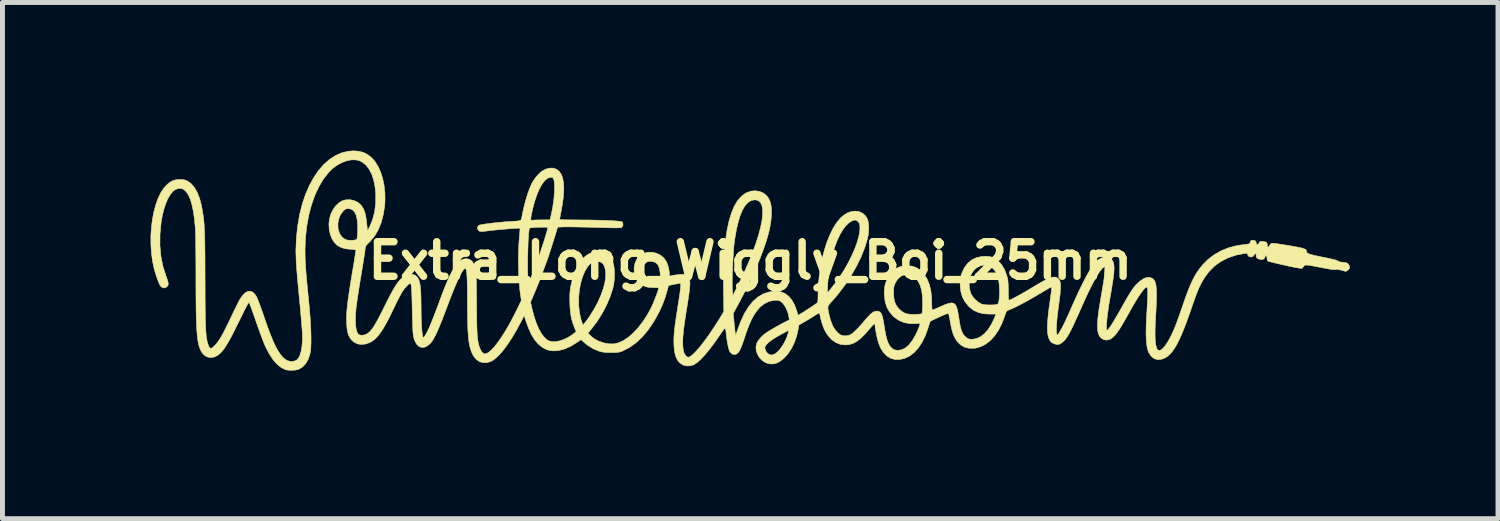
<source format=kicad_pcb>
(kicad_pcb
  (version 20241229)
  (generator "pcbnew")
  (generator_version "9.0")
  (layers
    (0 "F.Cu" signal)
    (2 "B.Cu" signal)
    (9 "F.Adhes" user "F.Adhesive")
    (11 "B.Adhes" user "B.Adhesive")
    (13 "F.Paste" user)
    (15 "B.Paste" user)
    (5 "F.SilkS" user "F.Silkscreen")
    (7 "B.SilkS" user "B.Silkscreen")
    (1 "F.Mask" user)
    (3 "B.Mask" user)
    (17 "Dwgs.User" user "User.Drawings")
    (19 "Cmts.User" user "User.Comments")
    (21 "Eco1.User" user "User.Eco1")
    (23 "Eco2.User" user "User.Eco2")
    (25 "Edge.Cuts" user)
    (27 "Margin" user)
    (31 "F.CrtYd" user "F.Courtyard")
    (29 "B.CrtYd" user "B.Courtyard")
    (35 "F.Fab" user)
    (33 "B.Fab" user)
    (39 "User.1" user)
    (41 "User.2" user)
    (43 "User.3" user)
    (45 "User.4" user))
  (footprint "Extra_Long_Wiggly_Boi_25mm"
    (layer "F.Cu")
    (at 12.145 2.229)
    (property "Reference" "Extra_Long_Wiggly_Boi_25mm" (at 0 0 180) (layer "F.SilkS") (effects (font (size 0.7 0.7) (thickness 0.15))))
    (attr through_hole)
    (fp_poly (pts (xy -7.928 -2.216) (xy -7.832 -2.191) (xy -7.745 -2.146) (xy -7.671 -2.087) (xy -7.599 -2.007) (xy -7.537 -1.907) (xy -7.485 -1.79) (xy -7.444 -1.659) (xy -7.415 -1.517) (xy -7.399 -1.37) (xy -7.397 -1.219) (xy -7.404 -1.117) (xy -7.432 -0.934) (xy -7.475 -0.771) (xy -7.533 -0.627) (xy -7.607 -0.5) (xy -7.698 -0.391) (xy -7.715 -0.374) (xy -7.753 -0.337) (xy -7.777 -0.309) (xy -7.79 -0.284) (xy -7.797 -0.254) (xy -7.802 -0.212) (xy -7.803 -0.209) (xy -7.807 -0.176) (xy -7.815 -0.121) (xy -7.826 -0.048) (xy -7.84 0.039) (xy -7.856 0.136) (xy -7.873 0.241) (xy -7.888 0.33) (xy -7.907 0.444) (xy -7.925 0.558) (xy -7.942 0.668) (xy -7.957 0.77) (xy -7.97 0.859) (xy -7.98 0.93) (xy -7.984 0.965) (xy -7.994 1.091) (xy -7.997 1.204) (xy -7.993 1.303) (xy -7.982 1.384) (xy -7.964 1.446) (xy -7.94 1.487) (xy -7.924 1.499) (xy -7.878 1.511) (xy -7.823 1.506) (xy -7.768 1.485) (xy -7.76 1.479) (xy -7.727 1.456) (xy -7.694 1.425) (xy -7.661 1.386) (xy -7.626 1.335) (xy -7.587 1.271) (xy -7.542 1.191) (xy -7.491 1.093) (xy -7.431 0.974) (xy -7.421 0.953) (xy -7.353 0.817) (xy -7.295 0.703) (xy -7.243 0.608) (xy -7.197 0.53) (xy -7.156 0.466) (xy -7.117 0.415) (xy -7.08 0.374) (xy -7.042 0.342) (xy -7.003 0.315) (xy -6.975 0.3) (xy -6.926 0.283) (xy -6.869 0.278) (xy -6.817 0.284) (xy -6.793 0.293) (xy -6.761 0.315) (xy -6.735 0.345) (xy -6.713 0.386) (xy -6.697 0.44) (xy -6.684 0.509) (xy -6.676 0.595) (xy -6.67 0.701) (xy -6.668 0.829) (xy -6.667 0.904) (xy -6.666 1.028) (xy -6.664 1.145) (xy -6.66 1.253) (xy -6.655 1.348) (xy -6.649 1.428) (xy -6.642 1.49) (xy -6.634 1.53) (xy -6.632 1.536) (xy -6.621 1.566) (xy -6.595 1.529) (xy -6.575 1.499) (xy -6.554 1.463) (xy -6.532 1.419) (xy -6.507 1.367) (xy -6.48 1.302) (xy -6.448 1.225) (xy -6.411 1.131) (xy -6.368 1.02) (xy -6.319 0.889) (xy -6.262 0.736) (xy -6.26 0.73) (xy -6.206 0.587) (xy -6.152 0.455) (xy -6.1 0.337) (xy -6.05 0.235) (xy -6.005 0.151) (xy -5.965 0.088) (xy -5.945 0.062) (xy -5.885 0.007) (xy -5.823 -0.028) (xy -5.76 -0.041) (xy -5.701 -0.032) (xy -5.664 -0.012) (xy -5.634 0.013) (xy -5.612 0.045) (xy -5.593 0.089) (xy -5.576 0.15) (xy -5.568 0.185) (xy -5.562 0.212) (xy -5.558 0.242) (xy -5.554 0.277) (xy -5.551 0.321) (xy -5.549 0.375) (xy -5.547 0.441) (xy -5.546 0.524) (xy -5.545 0.624) (xy -5.544 0.746) (xy -5.543 0.87) (xy -5.542 1.029) (xy -5.541 1.165) (xy -5.539 1.28) (xy -5.536 1.378) (xy -5.532 1.46) (xy -5.528 1.529) (xy -5.522 1.587) (xy -5.514 1.637) (xy -5.505 1.682) (xy -5.495 1.724) (xy -5.492 1.733) (xy -5.469 1.793) (xy -5.441 1.843) (xy -5.41 1.876) (xy -5.389 1.887) (xy -5.35 1.885) (xy -5.303 1.86) (xy -5.248 1.814) (xy -5.186 1.749) (xy -5.12 1.665) (xy -5.049 1.564) (xy -4.974 1.448) (xy -4.897 1.317) (xy -4.819 1.174) (xy -4.74 1.019) (xy -4.732 1.003) (xy -4.637 0.806) (xy -4.654 0.693) (xy -4.67 0.569) (xy -4.682 0.425) (xy -4.691 0.268) (xy -4.695 0.102) (xy -4.695 0.051) (xy -4.51 0.051) (xy -4.509 0.149) (xy -4.508 0.238) (xy -4.506 0.316) (xy -4.502 0.378) (xy -4.501 0.385) (xy -4.492 0.473) (xy -4.437 0.335) (xy -4.412 0.274) (xy -4.383 0.197) (xy -4.351 0.111) (xy -4.32 0.026) (xy -4.306 -0.014) (xy -4.278 -0.094) (xy -4.248 -0.181) (xy -4.219 -0.27) (xy -4.19 -0.358) (xy -4.164 -0.441) (xy -4.141 -0.517) (xy -4.122 -0.58) (xy -4.109 -0.628) (xy -4.103 -0.656) (xy -4.102 -0.661) (xy -4.105 -0.669) (xy -4.114 -0.674) (xy -4.135 -0.677) (xy -4.171 -0.678) (xy -4.225 -0.677) (xy -4.283 -0.676) (xy -4.348 -0.673) (xy -4.404 -0.669) (xy -4.446 -0.665) (xy -4.469 -0.66) (xy -4.471 -0.658) (xy -4.478 -0.636) (xy -4.484 -0.591) (xy -4.49 -0.528) (xy -4.495 -0.45) (xy -4.5 -0.36) (xy -4.503 -0.261) (xy -4.506 -0.158) (xy -4.508 -0.052) (xy -4.51 0.051) (xy -4.695 0.051) (xy -4.696 -0.066) (xy -4.692 -0.231) (xy -4.684 -0.387) (xy -4.673 -0.519) (xy -4.668 -0.574) (xy -4.665 -0.619) (xy -4.664 -0.648) (xy -4.665 -0.656) (xy -4.68 -0.658) (xy -4.715 -0.656) (xy -4.768 -0.653) (xy -4.835 -0.649) (xy -4.91 -0.643) (xy -4.991 -0.636) (xy -5.074 -0.629) (xy -5.154 -0.621) (xy -5.227 -0.614) (xy -5.29 -0.607) (xy -5.326 -0.602) (xy -5.387 -0.594) (xy -5.43 -0.59) (xy -5.457 -0.59) (xy -5.477 -0.594) (xy -5.492 -0.602) (xy -5.494 -0.603) (xy -5.519 -0.632) (xy -5.525 -0.668) (xy -5.512 -0.701) (xy -5.496 -0.716) (xy -5.474 -0.724) (xy -5.43 -0.732) (xy -5.369 -0.742) (xy -5.294 -0.752) (xy -5.21 -0.763) (xy -5.119 -0.772) (xy -5.027 -0.781) (xy -4.936 -0.789) (xy -4.864 -0.793) (xy -4.784 -0.798) (xy -4.725 -0.802) (xy -4.684 -0.808) (xy -4.658 -0.816) (xy -4.642 -0.829) (xy -4.635 -0.844) (xy -4.444 -0.844) (xy -4.441 -0.822) (xy -4.431 -0.816) (xy -4.425 -0.818) (xy -4.405 -0.821) (xy -4.366 -0.823) (xy -4.311 -0.825) (xy -4.247 -0.825) (xy -4.23 -0.826) (xy -4.056 -0.826) (xy -4.04 -0.892) (xy -4.001 -1.082) (xy -3.976 -1.259) (xy -3.966 -1.403) (xy -3.965 -1.5) (xy -3.967 -1.574) (xy -3.975 -1.627) (xy -3.988 -1.662) (xy -4.007 -1.682) (xy -4.024 -1.687) (xy -4.076 -1.682) (xy -4.128 -1.653) (xy -4.18 -1.601) (xy -4.231 -1.528) (xy -4.28 -1.434) (xy -4.326 -1.323) (xy -4.369 -1.194) (xy -4.407 -1.049) (xy -4.413 -1.022) (xy -4.431 -0.941) (xy -4.441 -0.883) (xy -4.444 -0.844) (xy -4.635 -0.844) (xy -4.633 -0.848) (xy -4.628 -0.874) (xy -4.623 -0.899) (xy -4.601 -1.013) (xy -4.573 -1.132) (xy -4.54 -1.251) (xy -4.505 -1.363) (xy -4.469 -1.463) (xy -4.434 -1.545) (xy -4.426 -1.563) (xy -4.383 -1.634) (xy -4.332 -1.703) (xy -4.278 -1.763) (xy -4.227 -1.807) (xy -4.226 -1.808) (xy -4.144 -1.853) (xy -4.065 -1.875) (xy -3.991 -1.874) (xy -3.925 -1.852) (xy -3.869 -1.808) (xy -3.831 -1.754) (xy -3.8 -1.675) (xy -3.782 -1.576) (xy -3.776 -1.457) (xy -3.783 -1.317) (xy -3.803 -1.156) (xy -3.83 -1.003) (xy -3.842 -0.943) (xy -3.851 -0.891) (xy -3.858 -0.854) (xy -3.861 -0.836) (xy -3.861 -0.835) (xy -3.849 -0.833) (xy -3.814 -0.83) (xy -3.761 -0.828) (xy -3.692 -0.827) (xy -3.611 -0.826) (xy -3.521 -0.825) (xy -3.515 -0.825) (xy -3.373 -0.824) (xy -3.236 -0.823) (xy -3.106 -0.82) (xy -2.986 -0.817) (xy -2.878 -0.813) (xy -2.783 -0.808) (xy -2.706 -0.803) (xy -2.647 -0.797) (xy -2.61 -0.792) (xy -2.597 -0.787) (xy -2.581 -0.76) (xy -2.578 -0.724) (xy -2.588 -0.69) (xy -2.605 -0.672) (xy -2.619 -0.668) (xy -2.646 -0.666) (xy -2.688 -0.664) (xy -2.747 -0.664) (xy -2.824 -0.665) (xy -2.922 -0.667) (xy -3.042 -0.67) (xy -3.123 -0.673) (xy -3.239 -0.676) (xy -3.353 -0.679) (xy -3.462 -0.681) (xy -3.56 -0.683) (xy -3.645 -0.684) (xy -3.713 -0.684) (xy -3.758 -0.684) (xy -3.902 -0.679) (xy -3.939 -0.552) (xy -4.089 -0.079) (xy -4.261 0.386) (xy -4.356 0.621) (xy -4.45 0.84) (xy -4.421 0.968) (xy -4.381 1.123) (xy -4.335 1.261) (xy -4.284 1.38) (xy -4.228 1.479) (xy -4.169 1.556) (xy -4.107 1.609) (xy -4.086 1.621) (xy -4.025 1.639) (xy -3.951 1.641) (xy -3.868 1.626) (xy -3.779 1.597) (xy -3.69 1.554) (xy -3.604 1.499) (xy -3.564 1.468) (xy -3.528 1.438) (xy -3.562 1.353) (xy -3.594 1.265) (xy -3.619 1.183) (xy -3.635 1.1) (xy -3.646 1.009) (xy -3.653 0.902) (xy -3.654 0.868) (xy -3.656 0.772) (xy -3.656 0.758) (xy -3.476 0.758) (xy -3.475 0.905) (xy -3.46 1.047) (xy -3.431 1.181) (xy -3.404 1.264) (xy -3.389 1.302) (xy -3.35 1.257) (xy -3.327 1.228) (xy -3.294 1.184) (xy -3.258 1.132) (xy -3.236 1.099) (xy -3.154 0.966) (xy -3.083 0.831) (xy -3.024 0.697) (xy -2.978 0.567) (xy -2.945 0.444) (xy -2.928 0.332) (xy -2.927 0.233) (xy -2.932 0.194) (xy -2.953 0.118) (xy -2.982 0.064) (xy -3.023 0.031) (xy -3.079 0.015) (xy -3.114 0.013) (xy -3.178 0.024) (xy -3.236 0.058) (xy -3.29 0.116) (xy -3.291 0.117) (xy -3.351 0.218) (xy -3.401 0.337) (xy -3.438 0.469) (xy -3.463 0.611) (xy -3.476 0.758) (xy -3.656 0.758) (xy -3.655 0.694) (xy -3.651 0.626) (xy -3.644 0.562) (xy -3.639 0.535) (xy -3.604 0.374) (xy -3.556 0.229) (xy -3.495 0.102) (xy -3.423 -0.005) (xy -3.394 -0.039) (xy -3.328 -0.101) (xy -3.263 -0.142) (xy -3.193 -0.164) (xy -3.118 -0.169) (xy -3.019 -0.158) (xy -2.933 -0.125) (xy -2.861 -0.071) (xy -2.805 0.001) (xy -2.775 0.065) (xy -2.76 0.127) (xy -2.751 0.206) (xy -2.749 0.296) (xy -2.754 0.39) (xy -2.766 0.481) (xy -2.779 0.544) (xy -2.835 0.72) (xy -2.91 0.898) (xy -3.002 1.074) (xy -3.107 1.239) (xy -3.218 1.384) (xy -3.288 1.467) (xy -3.235 1.521) (xy -3.161 1.581) (xy -3.07 1.63) (xy -2.969 1.665) (xy -2.865 1.684) (xy -2.765 1.685) (xy -2.757 1.684) (xy -2.663 1.662) (xy -2.566 1.616) (xy -2.468 1.55) (xy -2.369 1.464) (xy -2.272 1.36) (xy -2.179 1.241) (xy -2.092 1.108) (xy -2.012 0.962) (xy -1.994 0.925) (xy -1.972 0.876) (xy -1.948 0.818) (xy -1.923 0.755) (xy -1.899 0.692) (xy -1.878 0.635) (xy -1.863 0.588) (xy -1.855 0.558) (xy -1.854 0.551) (xy -1.866 0.549) (xy -1.897 0.547) (xy -1.943 0.546) (xy -1.967 0.546) (xy -2.055 0.541) (xy -2.125 0.526) (xy -2.186 0.497) (xy -2.24 0.456) (xy -2.295 0.393) (xy -2.332 0.317) (xy -2.351 0.233) (xy -2.352 0.187) (xy -2.17 0.187) (xy -2.157 0.247) (xy -2.126 0.3) (xy -2.084 0.339) (xy -2.03 0.362) (xy -1.958 0.368) (xy -1.878 0.36) (xy -1.847 0.351) (xy -1.829 0.332) (xy -1.822 0.299) (xy -1.825 0.248) (xy -1.831 0.211) (xy -1.847 0.139) (xy -1.87 0.087) (xy -1.904 0.05) (xy -1.921 0.038) (xy -1.967 0.02) (xy -2.021 0.013) (xy -2.072 0.018) (xy -2.105 0.033) (xy -2.145 0.074) (xy -2.166 0.128) (xy -2.17 0.187) (xy -2.352 0.187) (xy -2.353 0.147) (xy -2.338 0.062) (xy -2.306 -0.016) (xy -2.258 -0.082) (xy -2.221 -0.114) (xy -2.146 -0.153) (xy -2.063 -0.172) (xy -1.978 -0.17) (xy -1.895 -0.149) (xy -1.818 -0.111) (xy -1.751 -0.055) (xy -1.701 0.016) (xy -1.699 0.019) (xy -1.672 0.085) (xy -1.651 0.162) (xy -1.64 0.237) (xy -1.639 0.262) (xy -1.638 0.314) (xy -1.557 0.297) (xy -1.472 0.283) (xy -1.396 0.277) (xy -1.333 0.28) (xy -1.288 0.291) (xy -1.279 0.296) (xy -1.257 0.314) (xy -1.241 0.337) (xy -1.23 0.369) (xy -1.224 0.411) (xy -1.222 0.466) (xy -1.226 0.534) (xy -1.235 0.62) (xy -1.249 0.724) (xy -1.268 0.849) (xy -1.289 0.978) (xy -1.316 1.15) (xy -1.338 1.299) (xy -1.353 1.427) (xy -1.364 1.538) (xy -1.368 1.632) (xy -1.367 1.712) (xy -1.361 1.781) (xy -1.35 1.84) (xy -1.346 1.854) (xy -1.328 1.896) (xy -1.3 1.931) (xy -1.271 1.952) (xy -1.256 1.956) (xy -1.223 1.945) (xy -1.179 1.914) (xy -1.125 1.863) (xy -1.063 1.796) (xy -0.994 1.713) (xy -0.92 1.616) (xy -0.841 1.507) (xy -0.759 1.387) (xy -0.675 1.258) (xy -0.634 1.193) (xy -0.536 1.033) (xy -0.543 0.615) (xy -0.543 0.444) (xy -0.366 0.444) (xy -0.365 0.523) (xy -0.363 0.578) (xy -0.353 0.705) (xy -0.258 0.517) (xy -0.218 0.434) (xy -0.173 0.341) (xy -0.129 0.247) (xy -0.091 0.164) (xy -0.084 0.148) (xy -0.014 -0.014) (xy 0.051 -0.178) (xy 0.109 -0.337) (xy 0.156 -0.483) (xy 0.17 -0.53) (xy 0.211 -0.686) (xy 0.238 -0.824) (xy 0.25 -0.942) (xy 0.249 -1.04) (xy 0.235 -1.119) (xy 0.206 -1.177) (xy 0.164 -1.215) (xy 0.108 -1.231) (xy 0.09 -1.232) (xy 0.022 -1.219) (xy -0.042 -1.182) (xy -0.1 -1.121) (xy -0.153 -1.035) (xy -0.201 -0.925) (xy -0.243 -0.79) (xy -0.28 -0.633) (xy -0.312 -0.451) (xy -0.323 -0.368) (xy -0.332 -0.294) (xy -0.339 -0.202) (xy -0.346 -0.097) (xy -0.353 0.014) (xy -0.358 0.129) (xy -0.362 0.242) (xy -0.365 0.349) (xy -0.366 0.444) (xy -0.543 0.444) (xy -0.544 0.316) (xy -0.537 0.042) (xy -0.522 -0.209) (xy -0.498 -0.435) (xy -0.467 -0.638) (xy -0.427 -0.818) (xy -0.379 -0.973) (xy -0.323 -1.105) (xy -0.258 -1.214) (xy -0.185 -1.299) (xy -0.104 -1.361) (xy -0.068 -1.38) (xy 0.019 -1.409) (xy 0.106 -1.415) (xy 0.19 -1.402) (xy 0.266 -1.369) (xy 0.329 -1.318) (xy 0.365 -1.271) (xy 0.396 -1.21) (xy 0.416 -1.146) (xy 0.427 -1.072) (xy 0.43 -0.983) (xy 0.428 -0.914) (xy 0.417 -0.798) (xy 0.397 -0.676) (xy 0.367 -0.544) (xy 0.325 -0.401) (xy 0.271 -0.242) (xy 0.205 -0.065) (xy 0.197 -0.044) (xy 0.068 0.26) (xy -0.08 0.571) (xy -0.212 0.824) (xy -0.345 1.069) (xy -0.324 1.287) (xy -0.316 1.359) (xy -0.31 1.421) (xy -0.304 1.469) (xy -0.3 1.5) (xy -0.298 1.509) (xy -0.293 1.5) (xy -0.282 1.471) (xy -0.267 1.429) (xy -0.26 1.407) (xy -0.192 1.226) (xy -0.118 1.068) (xy -0.036 0.935) (xy 0.054 0.825) (xy 0.151 0.739) (xy 0.256 0.676) (xy 0.369 0.636) (xy 0.491 0.619) (xy 0.514 0.618) (xy 0.611 0.628) (xy 0.698 0.662) (xy 0.775 0.718) (xy 0.842 0.798) (xy 0.898 0.9) (xy 0.94 1.013) (xy 0.968 1.105) (xy 1.027 1.071) (xy 1.061 1.051) (xy 1.108 1.021) (xy 1.163 0.985) (xy 1.221 0.948) (xy 1.274 0.912) (xy 1.318 0.882) (xy 1.347 0.861) (xy 1.349 0.859) (xy 1.359 0.848) (xy 1.366 0.828) (xy 1.37 0.797) (xy 1.371 0.748) (xy 1.372 0.703) (xy 1.373 0.654) (xy 1.56 0.654) (xy 1.593 0.616) (xy 1.614 0.591) (xy 1.646 0.551) (xy 1.684 0.502) (xy 1.719 0.457) (xy 1.812 0.326) (xy 1.901 0.187) (xy 1.983 0.042) (xy 2.055 -0.102) (xy 2.117 -0.243) (xy 2.166 -0.376) (xy 2.199 -0.498) (xy 2.209 -0.549) (xy 2.22 -0.637) (xy 2.22 -0.704) (xy 2.209 -0.754) (xy 2.185 -0.79) (xy 2.157 -0.812) (xy 2.134 -0.822) (xy 2.111 -0.822) (xy 2.079 -0.813) (xy 2.067 -0.808) (xy 2.002 -0.771) (xy 1.938 -0.71) (xy 1.876 -0.629) (xy 1.817 -0.529) (xy 1.762 -0.413) (xy 1.712 -0.283) (xy 1.668 -0.141) (xy 1.631 0.01) (xy 1.601 0.168) (xy 1.579 0.331) (xy 1.567 0.495) (xy 1.56 0.654) (xy 1.373 0.654) (xy 1.378 0.512) (xy 1.394 0.322) (xy 1.421 0.135) (xy 1.456 -0.045) (xy 1.501 -0.216) (xy 1.553 -0.377) (xy 1.612 -0.524) (xy 1.677 -0.655) (xy 1.747 -0.767) (xy 1.822 -0.859) (xy 1.887 -0.917) (xy 1.969 -0.968) (xy 2.053 -0.997) (xy 2.134 -1.004) (xy 2.211 -0.991) (xy 2.279 -0.957) (xy 2.336 -0.904) (xy 2.366 -0.857) (xy 2.386 -0.8) (xy 2.397 -0.725) (xy 2.399 -0.639) (xy 2.393 -0.547) (xy 2.377 -0.458) (xy 2.375 -0.45) (xy 2.318 -0.263) (xy 2.241 -0.069) (xy 2.144 0.127) (xy 2.031 0.323) (xy 1.904 0.513) (xy 1.764 0.695) (xy 1.665 0.81) (xy 1.623 0.856) (xy 1.596 0.889) (xy 1.58 0.913) (xy 1.574 0.934) (xy 1.573 0.956) (xy 1.573 0.968) (xy 1.582 1.03) (xy 1.598 1.105) (xy 1.62 1.185) (xy 1.645 1.26) (xy 1.67 1.321) (xy 1.674 1.328) (xy 1.713 1.392) (xy 1.76 1.448) (xy 1.809 1.49) (xy 1.846 1.511) (xy 1.91 1.523) (xy 1.979 1.517) (xy 2.029 1.5) (xy 2.075 1.469) (xy 2.133 1.416) (xy 2.205 1.341) (xy 2.289 1.245) (xy 2.327 1.2) (xy 2.391 1.127) (xy 2.446 1.074) (xy 2.493 1.04) (xy 2.535 1.023) (xy 2.575 1.021) (xy 2.589 1.024) (xy 2.616 1.034) (xy 2.638 1.051) (xy 2.657 1.078) (xy 2.672 1.119) (xy 2.686 1.176) (xy 2.701 1.254) (xy 2.711 1.315) (xy 2.73 1.433) (xy 2.75 1.528) (xy 2.77 1.604) (xy 2.792 1.665) (xy 2.817 1.713) (xy 2.827 1.729) (xy 2.871 1.779) (xy 2.923 1.807) (xy 2.987 1.816) (xy 2.993 1.816) (xy 3.07 1.804) (xy 3.144 1.766) (xy 3.215 1.704) (xy 3.282 1.617) (xy 3.346 1.507) (xy 3.353 1.492) (xy 3.38 1.435) (xy 3.403 1.381) (xy 3.421 1.338) (xy 3.427 1.317) (xy 3.44 1.268) (xy 3.349 1.276) (xy 3.228 1.276) (xy 3.113 1.253) (xy 3.007 1.208) (xy 2.914 1.143) (xy 2.89 1.12) (xy 2.816 1.033) (xy 2.764 0.937) (xy 2.731 0.83) (xy 2.716 0.708) (xy 2.715 0.66) (xy 2.715 0.638) (xy 2.902 0.638) (xy 2.902 0.654) (xy 2.908 0.753) (xy 2.924 0.833) (xy 2.954 0.901) (xy 2.999 0.963) (xy 3.017 0.982) (xy 3.072 1.029) (xy 3.128 1.062) (xy 3.193 1.081) (xy 3.272 1.088) (xy 3.337 1.088) (xy 3.392 1.085) (xy 3.438 1.082) (xy 3.468 1.077) (xy 3.477 1.074) (xy 3.48 1.059) (xy 3.484 1.023) (xy 3.487 0.971) (xy 3.49 0.909) (xy 3.49 0.891) (xy 3.488 0.741) (xy 3.472 0.612) (xy 3.443 0.505) (xy 3.4 0.418) (xy 3.344 0.351) (xy 3.274 0.305) (xy 3.27 0.303) (xy 3.197 0.282) (xy 3.125 0.285) (xy 3.059 0.311) (xy 2.999 0.359) (xy 2.949 0.429) (xy 2.931 0.464) (xy 2.917 0.499) (xy 2.908 0.535) (xy 2.904 0.578) (xy 2.902 0.638) (xy 2.715 0.638) (xy 2.717 0.586) (xy 2.722 0.529) (xy 2.732 0.479) (xy 2.743 0.445) (xy 2.79 0.335) (xy 2.852 0.246) (xy 2.926 0.177) (xy 3.012 0.129) (xy 3.109 0.104) (xy 3.17 0.1) (xy 3.274 0.11) (xy 3.364 0.14) (xy 3.443 0.192) (xy 3.514 0.267) (xy 3.523 0.279) (xy 3.583 0.375) (xy 3.627 0.482) (xy 3.656 0.603) (xy 3.672 0.741) (xy 3.675 0.836) (xy 3.676 0.905) (xy 3.678 0.952) (xy 3.681 0.981) (xy 3.686 0.996) (xy 3.693 0.999) (xy 3.696 0.999) (xy 3.714 0.991) (xy 3.751 0.976) (xy 3.8 0.954) (xy 3.856 0.929) (xy 3.856 0.929) (xy 3.946 0.89) (xy 4.018 0.865) (xy 4.074 0.855) (xy 4.118 0.862) (xy 4.151 0.888) (xy 4.176 0.933) (xy 4.196 1) (xy 4.213 1.09) (xy 4.223 1.153) (xy 4.24 1.261) (xy 4.257 1.347) (xy 4.277 1.415) (xy 4.3 1.468) (xy 4.327 1.51) (xy 4.361 1.545) (xy 4.378 1.559) (xy 4.411 1.58) (xy 4.443 1.59) (xy 4.487 1.592) (xy 4.496 1.592) (xy 4.582 1.577) (xy 4.665 1.539) (xy 4.744 1.477) (xy 4.817 1.393) (xy 4.883 1.289) (xy 4.933 1.185) (xy 4.977 1.082) (xy 4.847 1.082) (xy 4.725 1.075) (xy 4.619 1.05) (xy 4.527 1.008) (xy 4.445 0.945) (xy 4.412 0.912) (xy 4.343 0.825) (xy 4.294 0.732) (xy 4.265 0.63) (xy 4.251 0.513) (xy 4.251 0.483) (xy 4.433 0.483) (xy 4.442 0.574) (xy 4.464 0.657) (xy 4.47 0.67) (xy 4.506 0.731) (xy 4.557 0.79) (xy 4.617 0.84) (xy 4.678 0.876) (xy 4.697 0.882) (xy 4.736 0.89) (xy 4.791 0.895) (xy 4.853 0.897) (xy 4.915 0.896) (xy 4.967 0.891) (xy 5.004 0.884) (xy 5.006 0.883) (xy 5.023 0.863) (xy 5.035 0.818) (xy 5.043 0.75) (xy 5.047 0.658) (xy 5.047 0.591) (xy 5.039 0.46) (xy 5.018 0.348) (xy 4.985 0.255) (xy 4.939 0.182) (xy 4.881 0.13) (xy 4.819 0.101) (xy 4.738 0.091) (xy 4.661 0.105) (xy 4.59 0.14) (xy 4.528 0.195) (xy 4.478 0.268) (xy 4.458 0.313) (xy 4.438 0.392) (xy 4.433 0.483) (xy 4.251 0.483) (xy 4.251 0.464) (xy 4.252 0.397) (xy 4.257 0.346) (xy 4.267 0.301) (xy 4.283 0.252) (xy 4.285 0.248) (xy 4.338 0.139) (xy 4.405 0.051) (xy 4.485 -0.015) (xy 4.58 -0.061) (xy 4.688 -0.085) (xy 4.763 -0.089) (xy 4.82 -0.087) (xy 4.863 -0.08) (xy 4.904 -0.066) (xy 4.938 -0.05) (xy 5.019 0.004) (xy 5.088 0.078) (xy 5.146 0.173) (xy 5.191 0.29) (xy 5.203 0.33) (xy 5.213 0.376) (xy 5.22 0.428) (xy 5.224 0.494) (xy 5.226 0.577) (xy 5.226 0.606) (xy 5.227 0.692) (xy 5.229 0.752) (xy 5.234 0.788) (xy 5.24 0.8) (xy 5.24 0.8) (xy 5.261 0.794) (xy 5.3 0.776) (xy 5.354 0.748) (xy 5.42 0.713) (xy 5.495 0.671) (xy 5.575 0.625) (xy 5.658 0.576) (xy 5.696 0.553) (xy 5.811 0.484) (xy 5.907 0.429) (xy 5.986 0.387) (xy 6.051 0.357) (xy 6.105 0.339) (xy 6.148 0.331) (xy 6.183 0.334) (xy 6.212 0.345) (xy 6.222 0.351) (xy 6.245 0.371) (xy 6.262 0.395) (xy 6.275 0.427) (xy 6.282 0.469) (xy 6.284 0.523) (xy 6.281 0.592) (xy 6.274 0.679) (xy 6.261 0.785) (xy 6.244 0.914) (xy 6.242 0.927) (xy 6.223 1.07) (xy 6.21 1.196) (xy 6.202 1.302) (xy 6.199 1.388) (xy 6.201 1.451) (xy 6.209 1.491) (xy 6.209 1.492) (xy 6.217 1.505) (xy 6.226 1.502) (xy 6.242 1.481) (xy 6.25 1.467) (xy 6.278 1.421) (xy 6.304 1.375) (xy 6.331 1.325) (xy 6.36 1.268) (xy 6.392 1.199) (xy 6.43 1.117) (xy 6.475 1.017) (xy 6.509 0.94) (xy 6.592 0.753) (xy 6.668 0.589) (xy 6.738 0.447) (xy 6.801 0.324) (xy 6.86 0.221) (xy 6.915 0.135) (xy 6.966 0.066) (xy 7.016 0.012) (xy 7.064 -0.028) (xy 7.111 -0.055) (xy 7.158 -0.071) (xy 7.207 -0.076) (xy 7.212 -0.076) (xy 7.267 -0.064) (xy 7.314 -0.032) (xy 7.346 0.017) (xy 7.353 0.036) (xy 7.361 0.069) (xy 7.366 0.105) (xy 7.368 0.145) (xy 7.367 0.193) (xy 7.363 0.251) (xy 7.355 0.321) (xy 7.343 0.406) (xy 7.327 0.508) (xy 7.307 0.631) (xy 7.282 0.775) (xy 7.262 0.891) (xy 7.246 1.002) (xy 7.232 1.105) (xy 7.222 1.197) (xy 7.216 1.276) (xy 7.213 1.339) (xy 7.214 1.383) (xy 7.22 1.407) (xy 7.224 1.41) (xy 7.242 1.398) (xy 7.271 1.365) (xy 7.31 1.308) (xy 7.359 1.229) (xy 7.419 1.127) (xy 7.49 1.003) (xy 7.495 0.994) (xy 7.559 0.88) (xy 7.613 0.785) (xy 7.659 0.707) (xy 7.698 0.644) (xy 7.732 0.592) (xy 7.763 0.549) (xy 7.792 0.512) (xy 7.822 0.478) (xy 7.827 0.473) (xy 7.899 0.408) (xy 7.969 0.363) (xy 8.035 0.34) (xy 8.096 0.34) (xy 8.146 0.36) (xy 8.17 0.381) (xy 8.19 0.411) (xy 8.206 0.451) (xy 8.217 0.504) (xy 8.224 0.572) (xy 8.227 0.656) (xy 8.227 0.758) (xy 8.223 0.881) (xy 8.216 1.026) (xy 8.211 1.106) (xy 8.202 1.273) (xy 8.198 1.416) (xy 8.198 1.536) (xy 8.203 1.634) (xy 8.213 1.71) (xy 8.228 1.766) (xy 8.247 1.802) (xy 8.254 1.808) (xy 8.282 1.82) (xy 8.318 1.808) (xy 8.358 1.775) (xy 8.403 1.722) (xy 8.451 1.65) (xy 8.501 1.562) (xy 8.552 1.458) (xy 8.603 1.34) (xy 8.61 1.323) (xy 8.628 1.274) (xy 8.653 1.207) (xy 8.682 1.126) (xy 8.714 1.037) (xy 8.746 0.945) (xy 8.763 0.894) (xy 8.815 0.744) (xy 8.863 0.615) (xy 8.908 0.504) (xy 8.951 0.408) (xy 8.994 0.324) (xy 9.04 0.248) (xy 9.088 0.177) (xy 9.142 0.108) (xy 9.155 0.091) (xy 9.266 -0.022) (xy 9.394 -0.12) (xy 9.537 -0.201) (xy 9.692 -0.263) (xy 9.854 -0.305) (xy 9.944 -0.319) (xy 10.014 -0.327) (xy 10.063 -0.334) (xy 10.094 -0.339) (xy 10.112 -0.346) (xy 10.12 -0.354) (xy 10.122 -0.364) (xy 10.122 -0.367) (xy 10.132 -0.398) (xy 10.159 -0.414) (xy 10.2 -0.411) (xy 10.202 -0.411) (xy 10.231 -0.398) (xy 10.244 -0.375) (xy 10.247 -0.358) (xy 10.255 -0.327) (xy 10.269 -0.32) (xy 10.29 -0.337) (xy 10.303 -0.357) (xy 10.319 -0.381) (xy 10.335 -0.392) (xy 10.362 -0.392) (xy 10.385 -0.389) (xy 10.432 -0.38) (xy 10.458 -0.365) (xy 10.469 -0.34) (xy 10.471 -0.315) (xy 10.476 -0.282) (xy 10.488 -0.273) (xy 10.504 -0.288) (xy 10.516 -0.308) (xy 10.538 -0.341) (xy 10.57 -0.353) (xy 10.57 -0.353) (xy 10.592 -0.352) (xy 10.635 -0.347) (xy 10.696 -0.339) (xy 10.769 -0.328) (xy 10.852 -0.315) (xy 10.913 -0.305) (xy 11.017 -0.287) (xy 11.099 -0.271) (xy 11.161 -0.258) (xy 11.205 -0.245) (xy 11.235 -0.233) (xy 11.254 -0.221) (xy 11.263 -0.206) (xy 11.265 -0.191) (xy 11.268 -0.173) (xy 11.278 -0.159) (xy 11.299 -0.145) (xy 11.332 -0.131) (xy 11.382 -0.117) (xy 11.449 -0.101) (xy 11.537 -0.083) (xy 11.595 -0.071) (xy 11.703 -0.049) (xy 11.787 -0.03) (xy 11.847 -0.015) (xy 11.883 -0.003) (xy 11.894 0.004) (xy 11.916 0.017) (xy 11.961 0.028) (xy 11.999 0.032) (xy 12.049 0.038) (xy 12.08 0.046) (xy 12.1 0.058) (xy 12.116 0.077) (xy 12.138 0.119) (xy 12.136 0.154) (xy 12.109 0.186) (xy 12.102 0.191) (xy 12.063 0.219) (xy 11.971 0.194) (xy 11.91 0.18) (xy 11.869 0.177) (xy 11.855 0.181) (xy 11.834 0.183) (xy 11.794 0.179) (xy 11.733 0.171) (xy 11.65 0.156) (xy 11.546 0.136) (xy 11.45 0.117) (xy 11.376 0.104) (xy 11.321 0.095) (xy 11.281 0.09) (xy 11.254 0.089) (xy 11.236 0.092) (xy 11.232 0.094) (xy 11.209 0.11) (xy 11.201 0.123) (xy 11.191 0.141) (xy 11.177 0.152) (xy 11.163 0.155) (xy 11.137 0.154) (xy 11.098 0.149) (xy 11.042 0.139) (xy 10.967 0.124) (xy 10.871 0.103) (xy 10.83 0.094) (xy 10.743 0.074) (xy 10.662 0.056) (xy 10.593 0.039) (xy 10.538 0.025) (xy 10.501 0.016) (xy 10.487 0.011) (xy 10.47 -0.01) (xy 10.465 -0.05) (xy 10.465 -0.051) (xy 10.46 -0.086) (xy 10.448 -0.102) (xy 10.434 -0.097) (xy 10.422 -0.07) (xy 10.403 -0.036) (xy 10.369 -0.021) (xy 10.319 -0.025) (xy 10.318 -0.026) (xy 10.271 -0.044) (xy 10.246 -0.072) (xy 10.244 -0.11) (xy 10.244 -0.11) (xy 10.244 -0.133) (xy 10.231 -0.14) (xy 10.213 -0.132) (xy 10.198 -0.108) (xy 10.178 -0.083) (xy 10.146 -0.074) (xy 10.113 -0.079) (xy 10.085 -0.096) (xy 10.071 -0.124) (xy 10.071 -0.13) (xy 10.068 -0.144) (xy 10.055 -0.149) (xy 10.026 -0.148) (xy 10.011 -0.146) (xy 9.834 -0.111) (xy 9.673 -0.056) (xy 9.529 0.017) (xy 9.401 0.11) (xy 9.289 0.223) (xy 9.204 0.338) (xy 9.162 0.406) (xy 9.125 0.473) (xy 9.09 0.544) (xy 9.056 0.625) (xy 9.02 0.719) (xy 8.98 0.832) (xy 8.968 0.865) (xy 8.901 1.059) (xy 8.84 1.229) (xy 8.783 1.377) (xy 8.73 1.506) (xy 8.68 1.616) (xy 8.632 1.709) (xy 8.585 1.786) (xy 8.54 1.849) (xy 8.494 1.9) (xy 8.448 1.94) (xy 8.4 1.97) (xy 8.392 1.974) (xy 8.315 2.001) (xy 8.243 2.004) (xy 8.178 1.983) (xy 8.122 1.939) (xy 8.076 1.872) (xy 8.06 1.837) (xy 8.041 1.778) (xy 8.028 1.699) (xy 8.019 1.602) (xy 8.015 1.483) (xy 8.017 1.343) (xy 8.023 1.181) (xy 8.034 0.994) (xy 8.034 0.991) (xy 8.042 0.854) (xy 8.047 0.743) (xy 8.049 0.656) (xy 8.047 0.592) (xy 8.042 0.553) (xy 8.035 0.538) (xy 8.018 0.538) (xy 7.992 0.559) (xy 7.956 0.598) (xy 7.913 0.655) (xy 7.864 0.727) (xy 7.81 0.813) (xy 7.752 0.91) (xy 7.696 1.01) (xy 7.623 1.141) (xy 7.56 1.251) (xy 7.506 1.342) (xy 7.458 1.416) (xy 7.415 1.475) (xy 7.377 1.521) (xy 7.341 1.555) (xy 7.307 1.58) (xy 7.282 1.594) (xy 7.222 1.609) (xy 7.163 1.601) (xy 7.11 1.572) (xy 7.073 1.529) (xy 7.052 1.485) (xy 7.038 1.43) (xy 7.031 1.362) (xy 7.031 1.279) (xy 7.038 1.179) (xy 7.052 1.059) (xy 7.072 0.918) (xy 7.086 0.837) (xy 7.1 0.751) (xy 7.116 0.66) (xy 7.131 0.574) (xy 7.143 0.5) (xy 7.148 0.47) (xy 7.16 0.398) (xy 7.17 0.322) (xy 7.179 0.253) (xy 7.182 0.218) (xy 7.186 0.166) (xy 7.187 0.136) (xy 7.185 0.122) (xy 7.177 0.12) (xy 7.164 0.127) (xy 7.164 0.127) (xy 7.128 0.156) (xy 7.085 0.208) (xy 7.035 0.284) (xy 6.978 0.383) (xy 6.914 0.503) (xy 6.844 0.645) (xy 6.768 0.809) (xy 6.718 0.921) (xy 6.654 1.065) (xy 6.598 1.188) (xy 6.55 1.292) (xy 6.509 1.378) (xy 6.473 1.448) (xy 6.441 1.505) (xy 6.413 1.551) (xy 6.387 1.587) (xy 6.362 1.616) (xy 6.358 1.62) (xy 6.305 1.667) (xy 6.258 1.693) (xy 6.21 1.698) (xy 6.157 1.685) (xy 6.141 1.678) (xy 6.105 1.659) (xy 6.08 1.636) (xy 6.059 1.599) (xy 6.05 1.582) (xy 6.031 1.523) (xy 6.02 1.448) (xy 6.016 1.353) (xy 6.021 1.239) (xy 6.033 1.103) (xy 6.052 0.945) (xy 6.056 0.921) (xy 6.072 0.809) (xy 6.084 0.72) (xy 6.093 0.652) (xy 6.098 0.601) (xy 6.101 0.567) (xy 6.101 0.545) (xy 6.099 0.535) (xy 6.096 0.533) (xy 6.083 0.54) (xy 6.051 0.557) (xy 6.004 0.584) (xy 5.945 0.619) (xy 5.877 0.659) (xy 5.841 0.681) (xy 5.72 0.752) (xy 5.604 0.817) (xy 5.495 0.876) (xy 5.396 0.927) (xy 5.312 0.967) (xy 5.246 0.995) (xy 5.244 0.996) (xy 5.214 1.008) (xy 5.194 1.022) (xy 5.18 1.043) (xy 5.167 1.079) (xy 5.157 1.109) (xy 5.1 1.263) (xy 5.032 1.399) (xy 4.954 1.515) (xy 4.868 1.612) (xy 4.774 1.687) (xy 4.674 1.74) (xy 4.568 1.77) (xy 4.529 1.774) (xy 4.426 1.773) (xy 4.336 1.75) (xy 4.259 1.705) (xy 4.193 1.639) (xy 4.156 1.585) (xy 4.125 1.525) (xy 4.099 1.457) (xy 4.076 1.374) (xy 4.055 1.272) (xy 4.045 1.21) (xy 4.034 1.15) (xy 4.023 1.104) (xy 4.014 1.075) (xy 4.008 1.067) (xy 3.988 1.073) (xy 3.951 1.087) (xy 3.902 1.107) (xy 3.846 1.132) (xy 3.789 1.158) (xy 3.735 1.183) (xy 3.689 1.206) (xy 3.657 1.223) (xy 3.643 1.233) (xy 3.643 1.233) (xy 3.636 1.252) (xy 3.623 1.29) (xy 3.607 1.339) (xy 3.596 1.378) (xy 3.541 1.527) (xy 3.476 1.658) (xy 3.401 1.77) (xy 3.318 1.861) (xy 3.226 1.931) (xy 3.127 1.979) (xy 3.023 2.002) (xy 3.023 2.002) (xy 2.927 2.001) (xy 2.84 1.975) (xy 2.762 1.927) (xy 2.694 1.857) (xy 2.637 1.765) (xy 2.602 1.681) (xy 2.588 1.635) (xy 2.572 1.574) (xy 2.557 1.507) (xy 2.544 1.439) (xy 2.534 1.379) (xy 2.528 1.333) (xy 2.527 1.318) (xy 2.524 1.291) (xy 2.517 1.278) (xy 2.505 1.284) (xy 2.481 1.308) (xy 2.448 1.344) (xy 2.409 1.389) (xy 2.402 1.397) (xy 2.315 1.496) (xy 2.235 1.575) (xy 2.16 1.633) (xy 2.088 1.673) (xy 2.015 1.697) (xy 1.939 1.706) (xy 1.922 1.706) (xy 1.821 1.694) (xy 1.729 1.657) (xy 1.645 1.597) (xy 1.571 1.513) (xy 1.525 1.443) (xy 1.495 1.382) (xy 1.466 1.307) (xy 1.44 1.227) (xy 1.421 1.154) (xy 1.416 1.125) (xy 1.409 1.089) (xy 1.401 1.065) (xy 1.398 1.061) (xy 1.384 1.065) (xy 1.354 1.081) (xy 1.315 1.105) (xy 1.301 1.114) (xy 1.249 1.148) (xy 1.185 1.187) (xy 1.121 1.225) (xy 1.099 1.238) (xy 0.985 1.303) (xy 0.969 1.395) (xy 0.938 1.532) (xy 0.892 1.661) (xy 0.833 1.78) (xy 0.764 1.885) (xy 0.685 1.973) (xy 0.6 2.04) (xy 0.561 2.063) (xy 0.522 2.077) (xy 0.474 2.089) (xy 0.457 2.092) (xy 0.38 2.089) (xy 0.307 2.065) (xy 0.243 2.023) (xy 0.188 1.967) (xy 0.147 1.901) (xy 0.121 1.828) (xy 0.116 1.775) (xy 0.296 1.775) (xy 0.297 1.782) (xy 0.32 1.842) (xy 0.36 1.885) (xy 0.385 1.899) (xy 0.421 1.91) (xy 0.455 1.907) (xy 0.494 1.889) (xy 0.526 1.869) (xy 0.573 1.828) (xy 0.621 1.768) (xy 0.669 1.696) (xy 0.711 1.617) (xy 0.745 1.539) (xy 0.767 1.466) (xy 0.769 1.457) (xy 0.777 1.411) (xy 0.648 1.48) (xy 0.55 1.534) (xy 0.473 1.581) (xy 0.412 1.623) (xy 0.364 1.663) (xy 0.336 1.691) (xy 0.309 1.725) (xy 0.296 1.75) (xy 0.296 1.775) (xy 0.116 1.775) (xy 0.114 1.753) (xy 0.129 1.678) (xy 0.133 1.668) (xy 0.162 1.618) (xy 0.207 1.562) (xy 0.263 1.507) (xy 0.298 1.478) (xy 0.332 1.455) (xy 0.383 1.423) (xy 0.446 1.385) (xy 0.516 1.344) (xy 0.587 1.305) (xy 0.654 1.268) (xy 0.712 1.239) (xy 0.716 1.236) (xy 0.79 1.2) (xy 0.783 1.148) (xy 0.765 1.065) (xy 0.735 0.984) (xy 0.696 0.912) (xy 0.651 0.855) (xy 0.614 0.824) (xy 0.584 0.809) (xy 0.553 0.802) (xy 0.512 0.802) (xy 0.487 0.803) (xy 0.385 0.824) (xy 0.29 0.869) (xy 0.204 0.935) (xy 0.175 0.966) (xy 0.127 1.024) (xy 0.084 1.086) (xy 0.044 1.155) (xy 0.005 1.236) (xy -0.035 1.331) (xy -0.077 1.443) (xy -0.122 1.577) (xy -0.126 1.59) (xy -0.158 1.683) (xy -0.185 1.754) (xy -0.209 1.807) (xy -0.232 1.846) (xy -0.256 1.873) (xy -0.281 1.891) (xy -0.282 1.892) (xy -0.325 1.903) (xy -0.368 1.89) (xy -0.406 1.856) (xy -0.408 1.854) (xy -0.426 1.818) (xy -0.443 1.759) (xy -0.46 1.681) (xy -0.475 1.586) (xy -0.483 1.522) (xy -0.49 1.454) (xy -0.497 1.407) (xy -0.504 1.38) (xy -0.516 1.374) (xy -0.534 1.388) (xy -0.56 1.422) (xy -0.597 1.477) (xy -0.629 1.524) (xy -0.727 1.665) (xy -0.82 1.789) (xy -0.908 1.896) (xy -0.989 1.984) (xy -1.062 2.052) (xy -1.127 2.099) (xy -1.143 2.108) (xy -1.208 2.129) (xy -1.281 2.132) (xy -1.349 2.118) (xy -1.371 2.109) (xy -1.431 2.067) (xy -1.478 2.01) (xy -1.512 1.934) (xy -1.535 1.84) (xy -1.546 1.724) (xy -1.546 1.712) (xy -1.548 1.642) (xy -1.547 1.569) (xy -1.543 1.491) (xy -1.535 1.405) (xy -1.524 1.307) (xy -1.508 1.193) (xy -1.488 1.061) (xy -1.466 0.921) (xy -1.451 0.827) (xy -1.437 0.739) (xy -1.426 0.66) (xy -1.417 0.593) (xy -1.412 0.544) (xy -1.41 0.517) (xy -1.41 0.456) (xy -1.457 0.464) (xy -1.497 0.472) (xy -1.548 0.481) (xy -1.58 0.488) (xy -1.655 0.502) (xy -1.684 0.61) (xy -1.725 0.749) (xy -1.773 0.878) (xy -1.832 1.011) (xy -1.85 1.047) (xy -1.955 1.237) (xy -2.068 1.403) (xy -2.188 1.546) (xy -2.316 1.665) (xy -2.451 1.761) (xy -2.581 1.827) (xy -2.617 1.841) (xy -2.65 1.851) (xy -2.687 1.857) (xy -2.733 1.86) (xy -2.795 1.861) (xy -2.819 1.861) (xy -2.893 1.86) (xy -2.949 1.857) (xy -2.995 1.85) (xy -3.039 1.84) (xy -3.071 1.83) (xy -3.182 1.783) (xy -3.29 1.716) (xy -3.371 1.651) (xy -3.427 1.599) (xy -3.514 1.659) (xy -3.636 1.733) (xy -3.755 1.786) (xy -3.87 1.818) (xy -3.978 1.828) (xy -4.078 1.816) (xy -4.13 1.799) (xy -4.217 1.752) (xy -4.295 1.687) (xy -4.367 1.602) (xy -4.432 1.497) (xy -4.491 1.368) (xy -4.54 1.234) (xy -4.58 1.113) (xy -4.641 1.233) (xy -4.73 1.398) (xy -4.818 1.549) (xy -4.905 1.682) (xy -4.989 1.797) (xy -5.07 1.893) (xy -5.146 1.968) (xy -5.216 2.021) (xy -5.247 2.038) (xy -5.33 2.065) (xy -5.41 2.067) (xy -5.483 2.045) (xy -5.548 2.001) (xy -5.603 1.934) (xy -5.62 1.905) (xy -5.643 1.855) (xy -5.662 1.802) (xy -5.679 1.743) (xy -5.693 1.676) (xy -5.704 1.599) (xy -5.712 1.509) (xy -5.719 1.404) (xy -5.723 1.282) (xy -5.726 1.14) (xy -5.728 0.977) (xy -5.728 0.87) (xy -5.729 0.711) (xy -5.73 0.575) (xy -5.732 0.462) (xy -5.735 0.369) (xy -5.739 0.296) (xy -5.743 0.24) (xy -5.75 0.2) (xy -5.757 0.174) (xy -5.764 0.162) (xy -5.782 0.159) (xy -5.807 0.181) (xy -5.839 0.227) (xy -5.877 0.297) (xy -5.922 0.391) (xy -5.974 0.51) (xy -6.033 0.654) (xy -6.098 0.822) (xy -6.14 0.933) (xy -6.199 1.088) (xy -6.25 1.221) (xy -6.296 1.333) (xy -6.336 1.427) (xy -6.372 1.504) (xy -6.405 1.567) (xy -6.435 1.617) (xy -6.464 1.657) (xy -6.487 1.683) (xy -6.548 1.732) (xy -6.607 1.756) (xy -6.664 1.756) (xy -6.716 1.733) (xy -6.761 1.686) (xy -6.797 1.617) (xy -6.81 1.579) (xy -6.817 1.553) (xy -6.822 1.526) (xy -6.827 1.493) (xy -6.831 1.452) (xy -6.834 1.4) (xy -6.837 1.335) (xy -6.84 1.253) (xy -6.843 1.151) (xy -6.846 1.028) (xy -6.846 1.016) (xy -6.849 0.883) (xy -6.852 0.773) (xy -6.855 0.684) (xy -6.858 0.614) (xy -6.861 0.56) (xy -6.865 0.52) (xy -6.87 0.493) (xy -6.875 0.475) (xy -6.881 0.466) (xy -6.884 0.463) (xy -6.901 0.466) (xy -6.929 0.487) (xy -6.963 0.52) (xy -7 0.563) (xy -7.035 0.611) (xy -7.054 0.64) (xy -7.077 0.68) (xy -7.108 0.738) (xy -7.144 0.809) (xy -7.183 0.886) (xy -7.22 0.964) (xy -7.221 0.965) (xy -7.295 1.119) (xy -7.363 1.251) (xy -7.426 1.361) (xy -7.485 1.452) (xy -7.542 1.526) (xy -7.596 1.584) (xy -7.651 1.627) (xy -7.7 1.656) (xy -7.79 1.688) (xy -7.876 1.698) (xy -7.956 1.685) (xy -8.027 1.65) (xy -8.074 1.607) (xy -8.11 1.56) (xy -8.136 1.509) (xy -8.155 1.449) (xy -8.167 1.374) (xy -8.174 1.281) (xy -8.176 1.251) (xy -8.177 1.187) (xy -8.176 1.122) (xy -8.173 1.053) (xy -8.167 0.978) (xy -8.158 0.892) (xy -8.146 0.795) (xy -8.13 0.683) (xy -8.111 0.554) (xy -8.087 0.404) (xy -8.064 0.264) (xy -8.046 0.159) (xy -8.03 0.062) (xy -8.016 -0.025) (xy -8.005 -0.098) (xy -7.996 -0.155) (xy -7.99 -0.192) (xy -7.988 -0.208) (xy -7.994 -0.217) (xy -8.015 -0.223) (xy -8.055 -0.228) (xy -8.106 -0.231) (xy -8.21 -0.243) (xy -8.295 -0.27) (xy -8.368 -0.314) (xy -8.418 -0.362) (xy -8.469 -0.438) (xy -8.506 -0.53) (xy -8.528 -0.633) (xy -8.534 -0.741) (xy -8.533 -0.752) (xy -8.351 -0.752) (xy -8.349 -0.658) (xy -8.344 -0.631) (xy -8.317 -0.549) (xy -8.274 -0.484) (xy -8.217 -0.439) (xy -8.165 -0.418) (xy -8.125 -0.413) (xy -8.077 -0.412) (xy -8.03 -0.415) (xy -7.991 -0.422) (xy -7.971 -0.432) (xy -7.964 -0.45) (xy -7.959 -0.49) (xy -7.955 -0.547) (xy -7.952 -0.607) (xy -7.953 -0.735) (xy -7.963 -0.84) (xy -7.983 -0.923) (xy -8.013 -0.985) (xy -8.054 -1.027) (xy -8.105 -1.05) (xy -8.149 -1.054) (xy -8.18 -1.051) (xy -8.207 -1.038) (xy -8.238 -1.01) (xy -8.249 -0.998) (xy -8.3 -0.929) (xy -8.334 -0.844) (xy -8.351 -0.752) (xy -8.533 -0.752) (xy -8.523 -0.845) (xy -8.496 -0.941) (xy -8.453 -1.03) (xy -8.397 -1.109) (xy -8.332 -1.171) (xy -8.269 -1.21) (xy -8.189 -1.233) (xy -8.105 -1.235) (xy -8.023 -1.217) (xy -7.948 -1.181) (xy -7.886 -1.128) (xy -7.865 -1.1) (xy -7.834 -1.048) (xy -7.81 -0.991) (xy -7.792 -0.924) (xy -7.778 -0.841) (xy -7.768 -0.756) (xy -7.752 -0.603) (xy -7.71 -0.685) (xy -7.65 -0.828) (xy -7.609 -0.987) (xy -7.587 -1.16) (xy -7.585 -1.344) (xy -7.586 -1.356) (xy -7.601 -1.504) (xy -7.629 -1.638) (xy -7.669 -1.756) (xy -7.722 -1.856) (xy -7.785 -1.937) (xy -7.859 -1.997) (xy -7.903 -2.019) (xy -7.982 -2.041) (xy -8.072 -2.042) (xy -8.168 -2.024) (xy -8.266 -1.989) (xy -8.362 -1.937) (xy -8.454 -1.871) (xy -8.536 -1.792) (xy -8.642 -1.656) (xy -8.736 -1.499) (xy -8.818 -1.323) (xy -8.886 -1.131) (xy -8.941 -0.924) (xy -8.981 -0.704) (xy -9.007 -0.474) (xy -9.017 -0.235) (xy -9.017 -0.205) (xy -9.016 -0.132) (xy -9.015 -0.058) (xy -9.012 0.018) (xy -9.007 0.101) (xy -9.001 0.193) (xy -8.993 0.296) (xy -8.982 0.415) (xy -8.969 0.551) (xy -8.954 0.708) (xy -8.945 0.794) (xy -8.925 1.006) (xy -8.91 1.201) (xy -8.901 1.375) (xy -8.896 1.53) (xy -8.896 1.664) (xy -8.901 1.775) (xy -8.912 1.862) (xy -8.92 1.901) (xy -8.955 2.003) (xy -9.005 2.087) (xy -9.068 2.153) (xy -9.141 2.197) (xy -9.157 2.204) (xy -9.207 2.215) (xy -9.27 2.22) (xy -9.335 2.22) (xy -9.392 2.213) (xy -9.417 2.207) (xy -9.503 2.163) (xy -9.587 2.094) (xy -9.667 2.002) (xy -9.744 1.885) (xy -9.816 1.746) (xy -9.825 1.726) (xy -9.845 1.68) (xy -9.871 1.614) (xy -9.902 1.532) (xy -9.936 1.44) (xy -9.971 1.341) (xy -10.006 1.241) (xy -10.013 1.221) (xy -10.045 1.129) (xy -10.075 1.045) (xy -10.101 0.972) (xy -10.123 0.913) (xy -10.139 0.871) (xy -10.149 0.849) (xy -10.151 0.846) (xy -10.156 0.849) (xy -10.164 0.858) (xy -10.176 0.877) (xy -10.192 0.906) (xy -10.215 0.948) (xy -10.244 1.005) (xy -10.28 1.078) (xy -10.325 1.169) (xy -10.38 1.28) (xy -10.413 1.346) (xy -10.482 1.485) (xy -10.544 1.601) (xy -10.6 1.698) (xy -10.651 1.776) (xy -10.699 1.838) (xy -10.745 1.885) (xy -10.791 1.92) (xy -10.837 1.944) (xy -10.872 1.956) (xy -10.941 1.963) (xy -11.007 1.946) (xy -11.066 1.907) (xy -11.114 1.848) (xy -11.135 1.806) (xy -11.151 1.766) (xy -11.165 1.722) (xy -11.177 1.672) (xy -11.188 1.615) (xy -11.197 1.549) (xy -11.204 1.473) (xy -11.211 1.384) (xy -11.216 1.281) (xy -11.22 1.162) (xy -11.223 1.026) (xy -11.225 0.87) (xy -11.226 0.694) (xy -11.227 0.495) (xy -11.227 0.356) (xy -11.227 0.202) (xy -11.228 0.053) (xy -11.229 -0.089) (xy -11.23 -0.222) (xy -11.231 -0.343) (xy -11.233 -0.45) (xy -11.235 -0.539) (xy -11.237 -0.609) (xy -11.24 -0.656) (xy -11.24 -0.661) (xy -11.257 -0.84) (xy -11.279 -0.995) (xy -11.306 -1.127) (xy -11.338 -1.236) (xy -11.376 -1.323) (xy -11.419 -1.389) (xy -11.449 -1.42) (xy -11.485 -1.448) (xy -11.521 -1.46) (xy -11.567 -1.462) (xy -11.582 -1.461) (xy -11.638 -1.443) (xy -11.693 -1.403) (xy -11.745 -1.34) (xy -11.793 -1.259) (xy -11.837 -1.159) (xy -11.875 -1.044) (xy -11.907 -0.915) (xy -11.931 -0.781) (xy -11.954 -0.541) (xy -11.956 -0.309) (xy -11.936 -0.088) (xy -11.893 0.123) (xy -11.831 0.316) (xy -11.806 0.386) (xy -11.791 0.438) (xy -11.787 0.476) (xy -11.794 0.504) (xy -11.812 0.526) (xy -11.82 0.533) (xy -11.862 0.553) (xy -11.904 0.547) (xy -11.94 0.52) (xy -11.958 0.491) (xy -11.98 0.443) (xy -12.004 0.381) (xy -12.03 0.309) (xy -12.053 0.234) (xy -12.072 0.169) (xy -12.106 0.011) (xy -12.128 -0.155) (xy -12.139 -0.324) (xy -12.14 -0.494) (xy -12.13 -0.662) (xy -12.11 -0.826) (xy -12.08 -0.982) (xy -12.042 -1.127) (xy -11.995 -1.259) (xy -11.939 -1.375) (xy -11.876 -1.472) (xy -11.814 -1.539) (xy -11.749 -1.591) (xy -11.688 -1.623) (xy -11.623 -1.64) (xy -11.557 -1.644) (xy -11.499 -1.642) (xy -11.455 -1.635) (xy -11.415 -1.62) (xy -11.4 -1.613) (xy -11.325 -1.56) (xy -11.259 -1.484) (xy -11.201 -1.384) (xy -11.153 -1.261) (xy -11.114 -1.114) (xy -11.095 -1.01) (xy -11.086 -0.954) (xy -11.078 -0.899) (xy -11.071 -0.845) (xy -11.065 -0.788) (xy -11.06 -0.726) (xy -11.056 -0.657) (xy -11.053 -0.58) (xy -11.05 -0.492) (xy -11.047 -0.392) (xy -11.046 -0.276) (xy -11.044 -0.143) (xy -11.043 0.009) (xy -11.043 0.183) (xy -11.042 0.379) (xy -11.042 0.381) (xy -11.041 0.584) (xy -11.041 0.764) (xy -11.039 0.921) (xy -11.038 1.059) (xy -11.036 1.178) (xy -11.033 1.28) (xy -11.029 1.368) (xy -11.025 1.442) (xy -11.02 1.506) (xy -11.013 1.559) (xy -11.006 1.605) (xy -10.997 1.644) (xy -10.987 1.679) (xy -10.976 1.712) (xy -10.967 1.735) (xy -10.949 1.765) (xy -10.927 1.776) (xy -10.898 1.766) (xy -10.861 1.735) (xy -10.838 1.711) (xy -10.806 1.675) (xy -10.775 1.633) (xy -10.741 1.583) (xy -10.705 1.522) (xy -10.665 1.447) (xy -10.619 1.357) (xy -10.565 1.248) (xy -10.511 1.135) (xy -10.471 1.05) (xy -10.432 0.97) (xy -10.396 0.899) (xy -10.366 0.839) (xy -10.344 0.795) (xy -10.331 0.773) (xy -10.277 0.698) (xy -10.223 0.646) (xy -10.17 0.62) (xy -10.119 0.618) (xy -10.071 0.641) (xy -10.026 0.688) (xy -9.999 0.731) (xy -9.985 0.763) (xy -9.964 0.814) (xy -9.938 0.882) (xy -9.908 0.963) (xy -9.876 1.053) (xy -9.844 1.148) (xy -9.837 1.168) (xy -9.775 1.345) (xy -9.718 1.497) (xy -9.664 1.628) (xy -9.613 1.738) (xy -9.563 1.828) (xy -9.514 1.901) (xy -9.466 1.958) (xy -9.417 2) (xy -9.381 2.021) (xy -9.32 2.04) (xy -9.255 2.039) (xy -9.195 2.018) (xy -9.187 2.013) (xy -9.15 1.975) (xy -9.12 1.914) (xy -9.096 1.834) (xy -9.08 1.735) (xy -9.071 1.62) (xy -9.071 1.493) (xy -9.073 1.454) (xy -9.076 1.404) (xy -9.082 1.333) (xy -9.089 1.244) (xy -9.098 1.141) (xy -9.108 1.029) (xy -9.118 0.911) (xy -9.13 0.792) (xy -9.132 0.775) (xy -9.143 0.652) (xy -9.155 0.529) (xy -9.166 0.409) (xy -9.176 0.296) (xy -9.184 0.196) (xy -9.191 0.111) (xy -9.196 0.047) (xy -9.196 0.044) (xy -9.203 -0.206) (xy -9.193 -0.456) (xy -9.167 -0.702) (xy -9.126 -0.939) (xy -9.069 -1.162) (xy -9.011 -1.333) (xy -8.932 -1.517) (xy -8.842 -1.682) (xy -8.744 -1.826) (xy -8.637 -1.949) (xy -8.522 -2.05) (xy -8.401 -2.129) (xy -8.273 -2.185) (xy -8.14 -2.216) (xy -8.038 -2.224) (xy -7.928 -2.216)) (stroke (width 0.01) (type solid)) (fill yes) (layer "F.SilkS")))
  (gr_rect
    (start -3 -3)
    (end 27.288 7.454)
    (stroke (width 0.1) (type default))
    (fill no)
    (layer "Edge.Cuts")))
</source>
